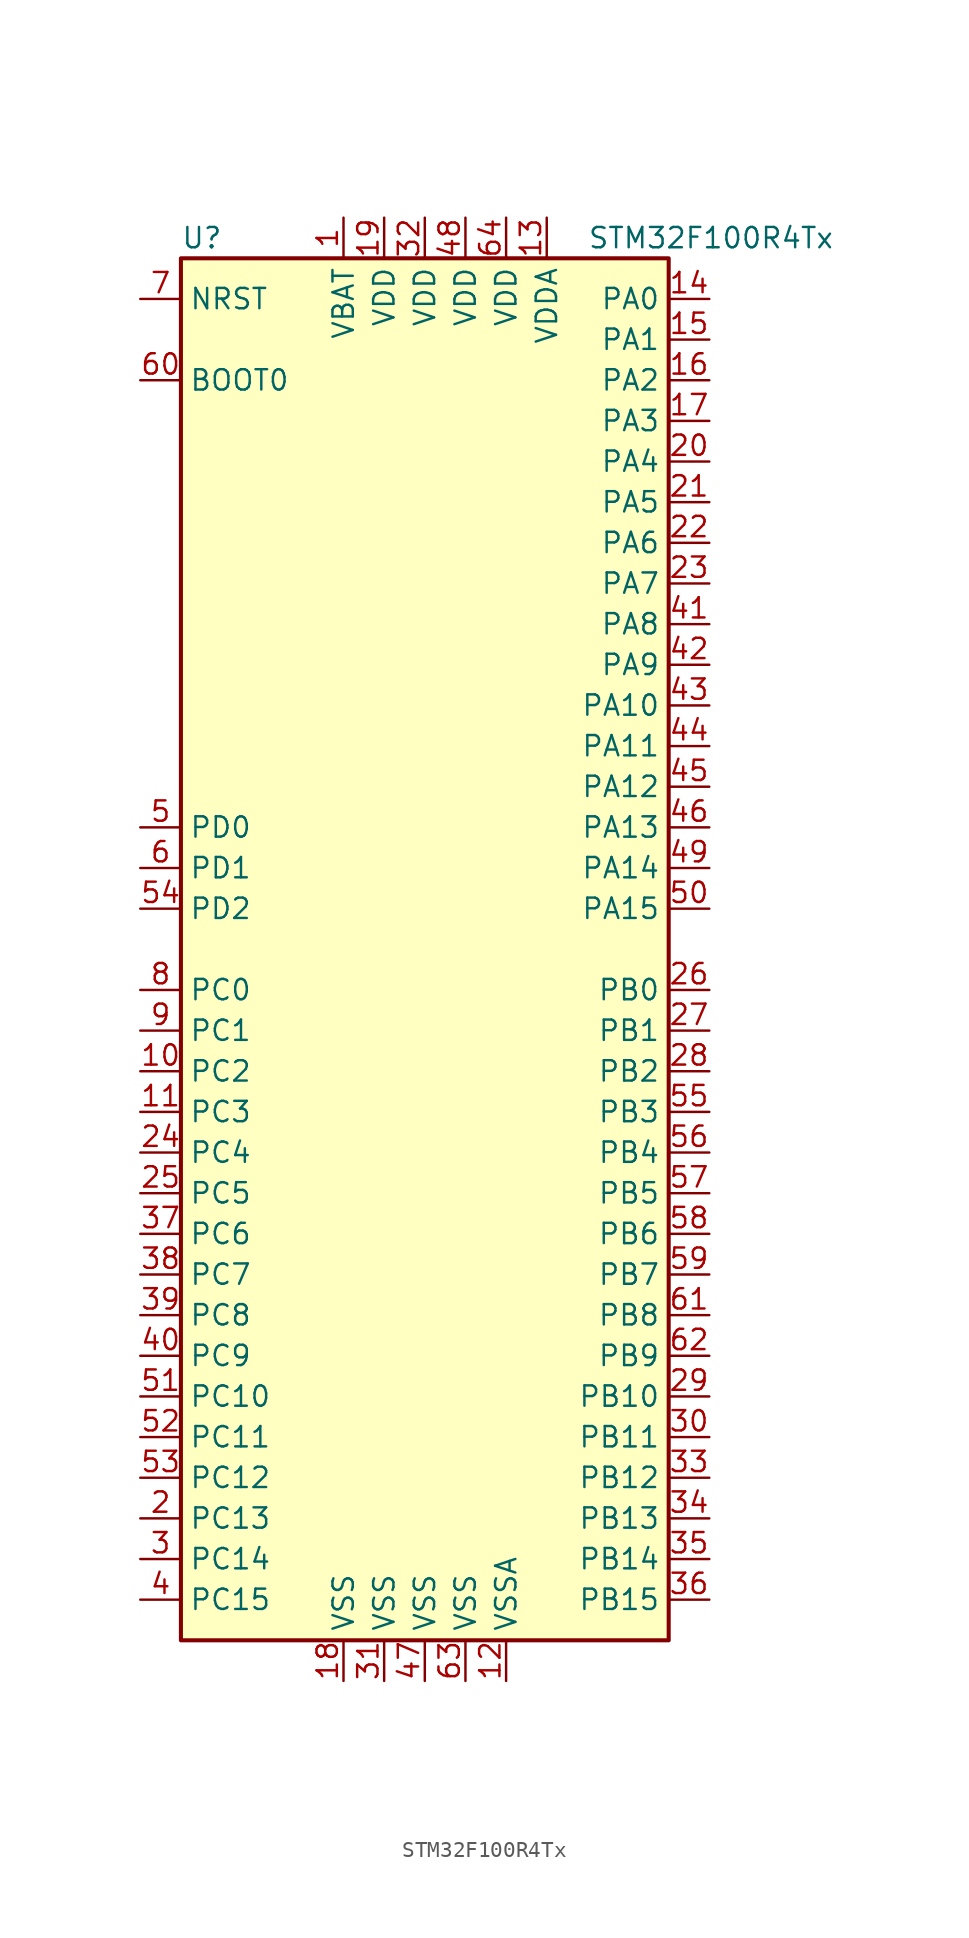
<source format=kicad_sym>
(kicad_symbol_lib
  (version 20201005)
  (generator kicad_symbol_editor)
  (symbol "STM32F100R4Tx"
    (property "Reference" "U"
      (at -15.24 44.45 0)
      (effects (font (size 1.27 1.27)) (justify left)))
    (property "Value" "STM32F100R4Tx"
      (at 10.16 44.45 0)
      (effects (font (size 1.27 1.27)) (justify left)))
    (symbol "STM32F100R4Tx_0_1"
      (rectangle (start -15.24 -43.18) (end 15.24 43.18) (stroke (width 0.254)) (fill (type background))))
    (symbol "STM32F100R4Tx_1_1"
      (pin power_in line (at -5.08 45.72 270) (length 2.54) (name "VBAT" (effects (font (size 1.27 1.27)))) (number "1" (effects (font (size 1.27 1.27)))))
      (pin bidirectional line (at -17.78 -7.62 0) (length 2.54) (name "PC2" (effects (font (size 1.27 1.27)))) (number "10" (effects (font (size 1.27 1.27)))))
      (pin bidirectional line (at -17.78 -10.16 0) (length 2.54) (name "PC3" (effects (font (size 1.27 1.27)))) (number "11" (effects (font (size 1.27 1.27)))))
      (pin power_in line (at 5.08 -45.72 90) (length 2.54) (name "VSSA" (effects (font (size 1.27 1.27)))) (number "12" (effects (font (size 1.27 1.27)))))
      (pin power_in line (at 7.62 45.72 270) (length 2.54) (name "VDDA" (effects (font (size 1.27 1.27)))) (number "13" (effects (font (size 1.27 1.27)))))
      (pin bidirectional line (at 17.78 40.64 180) (length 2.54) (name "PA0" (effects (font (size 1.27 1.27)))) (number "14" (effects (font (size 1.27 1.27)))))
      (pin bidirectional line (at 17.78 38.1 180) (length 2.54) (name "PA1" (effects (font (size 1.27 1.27)))) (number "15" (effects (font (size 1.27 1.27)))))
      (pin bidirectional line (at 17.78 35.56 180) (length 2.54) (name "PA2" (effects (font (size 1.27 1.27)))) (number "16" (effects (font (size 1.27 1.27)))))
      (pin bidirectional line (at 17.78 33.02 180) (length 2.54) (name "PA3" (effects (font (size 1.27 1.27)))) (number "17" (effects (font (size 1.27 1.27)))))
      (pin power_in line (at -5.08 -45.72 90) (length 2.54) (name "VSS" (effects (font (size 1.27 1.27)))) (number "18" (effects (font (size 1.27 1.27)))))
      (pin power_in line (at -2.54 45.72 270) (length 2.54) (name "VDD" (effects (font (size 1.27 1.27)))) (number "19" (effects (font (size 1.27 1.27)))))
      (pin bidirectional line (at -17.78 -35.56 0) (length 2.54) (name "PC13" (effects (font (size 1.27 1.27)))) (number "2" (effects (font (size 1.27 1.27)))))
      (pin bidirectional line (at 17.78 30.48 180) (length 2.54) (name "PA4" (effects (font (size 1.27 1.27)))) (number "20" (effects (font (size 1.27 1.27)))))
      (pin bidirectional line (at 17.78 27.94 180) (length 2.54) (name "PA5" (effects (font (size 1.27 1.27)))) (number "21" (effects (font (size 1.27 1.27)))))
      (pin bidirectional line (at 17.78 25.4 180) (length 2.54) (name "PA6" (effects (font (size 1.27 1.27)))) (number "22" (effects (font (size 1.27 1.27)))))
      (pin bidirectional line (at 17.78 22.86 180) (length 2.54) (name "PA7" (effects (font (size 1.27 1.27)))) (number "23" (effects (font (size 1.27 1.27)))))
      (pin bidirectional line (at -17.78 -12.7 0) (length 2.54) (name "PC4" (effects (font (size 1.27 1.27)))) (number "24" (effects (font (size 1.27 1.27)))))
      (pin bidirectional line (at -17.78 -15.24 0) (length 2.54) (name "PC5" (effects (font (size 1.27 1.27)))) (number "25" (effects (font (size 1.27 1.27)))))
      (pin bidirectional line (at 17.78 -2.54 180) (length 2.54) (name "PB0" (effects (font (size 1.27 1.27)))) (number "26" (effects (font (size 1.27 1.27)))))
      (pin bidirectional line (at 17.78 -5.08 180) (length 2.54) (name "PB1" (effects (font (size 1.27 1.27)))) (number "27" (effects (font (size 1.27 1.27)))))
      (pin bidirectional line (at 17.78 -7.62 180) (length 2.54) (name "PB2" (effects (font (size 1.27 1.27)))) (number "28" (effects (font (size 1.27 1.27)))))
      (pin bidirectional line (at 17.78 -27.94 180) (length 2.54) (name "PB10" (effects (font (size 1.27 1.27)))) (number "29" (effects (font (size 1.27 1.27)))))
      (pin bidirectional line (at -17.78 -38.1 0) (length 2.54) (name "PC14" (effects (font (size 1.27 1.27)))) (number "3" (effects (font (size 1.27 1.27)))))
      (pin bidirectional line (at 17.78 -30.48 180) (length 2.54) (name "PB11" (effects (font (size 1.27 1.27)))) (number "30" (effects (font (size 1.27 1.27)))))
      (pin power_in line (at -2.54 -45.72 90) (length 2.54) (name "VSS" (effects (font (size 1.27 1.27)))) (number "31" (effects (font (size 1.27 1.27)))))
      (pin power_in line (at 0 45.72 270) (length 2.54) (name "VDD" (effects (font (size 1.27 1.27)))) (number "32" (effects (font (size 1.27 1.27)))))
      (pin bidirectional line (at 17.78 -33.02 180) (length 2.54) (name "PB12" (effects (font (size 1.27 1.27)))) (number "33" (effects (font (size 1.27 1.27)))))
      (pin bidirectional line (at 17.78 -35.56 180) (length 2.54) (name "PB13" (effects (font (size 1.27 1.27)))) (number "34" (effects (font (size 1.27 1.27)))))
      (pin bidirectional line (at 17.78 -38.1 180) (length 2.54) (name "PB14" (effects (font (size 1.27 1.27)))) (number "35" (effects (font (size 1.27 1.27)))))
      (pin bidirectional line (at 17.78 -40.64 180) (length 2.54) (name "PB15" (effects (font (size 1.27 1.27)))) (number "36" (effects (font (size 1.27 1.27)))))
      (pin bidirectional line (at -17.78 -17.78 0) (length 2.54) (name "PC6" (effects (font (size 1.27 1.27)))) (number "37" (effects (font (size 1.27 1.27)))))
      (pin bidirectional line (at -17.78 -20.32 0) (length 2.54) (name "PC7" (effects (font (size 1.27 1.27)))) (number "38" (effects (font (size 1.27 1.27)))))
      (pin bidirectional line (at -17.78 -22.86 0) (length 2.54) (name "PC8" (effects (font (size 1.27 1.27)))) (number "39" (effects (font (size 1.27 1.27)))))
      (pin bidirectional line (at -17.78 -40.64 0) (length 2.54) (name "PC15" (effects (font (size 1.27 1.27)))) (number "4" (effects (font (size 1.27 1.27)))))
      (pin bidirectional line (at -17.78 -25.4 0) (length 2.54) (name "PC9" (effects (font (size 1.27 1.27)))) (number "40" (effects (font (size 1.27 1.27)))))
      (pin bidirectional line (at 17.78 20.32 180) (length 2.54) (name "PA8" (effects (font (size 1.27 1.27)))) (number "41" (effects (font (size 1.27 1.27)))))
      (pin bidirectional line (at 17.78 17.78 180) (length 2.54) (name "PA9" (effects (font (size 1.27 1.27)))) (number "42" (effects (font (size 1.27 1.27)))))
      (pin bidirectional line (at 17.78 15.24 180) (length 2.54) (name "PA10" (effects (font (size 1.27 1.27)))) (number "43" (effects (font (size 1.27 1.27)))))
      (pin bidirectional line (at 17.78 12.7 180) (length 2.54) (name "PA11" (effects (font (size 1.27 1.27)))) (number "44" (effects (font (size 1.27 1.27)))))
      (pin bidirectional line (at 17.78 10.16 180) (length 2.54) (name "PA12" (effects (font (size 1.27 1.27)))) (number "45" (effects (font (size 1.27 1.27)))))
      (pin bidirectional line (at 17.78 7.62 180) (length 2.54) (name "PA13" (effects (font (size 1.27 1.27)))) (number "46" (effects (font (size 1.27 1.27)))))
      (pin power_in line (at 0 -45.72 90) (length 2.54) (name "VSS" (effects (font (size 1.27 1.27)))) (number "47" (effects (font (size 1.27 1.27)))))
      (pin power_in line (at 2.54 45.72 270) (length 2.54) (name "VDD" (effects (font (size 1.27 1.27)))) (number "48" (effects (font (size 1.27 1.27)))))
      (pin bidirectional line (at 17.78 5.08 180) (length 2.54) (name "PA14" (effects (font (size 1.27 1.27)))) (number "49" (effects (font (size 1.27 1.27)))))
      (pin input line (at -17.78 7.62 0) (length 2.54) (name "PD0" (effects (font (size 1.27 1.27)))) (number "5" (effects (font (size 1.27 1.27)))))
      (pin bidirectional line (at 17.78 2.54 180) (length 2.54) (name "PA15" (effects (font (size 1.27 1.27)))) (number "50" (effects (font (size 1.27 1.27)))))
      (pin bidirectional line (at -17.78 -27.94 0) (length 2.54) (name "PC10" (effects (font (size 1.27 1.27)))) (number "51" (effects (font (size 1.27 1.27)))))
      (pin bidirectional line (at -17.78 -30.48 0) (length 2.54) (name "PC11" (effects (font (size 1.27 1.27)))) (number "52" (effects (font (size 1.27 1.27)))))
      (pin bidirectional line (at -17.78 -33.02 0) (length 2.54) (name "PC12" (effects (font (size 1.27 1.27)))) (number "53" (effects (font (size 1.27 1.27)))))
      (pin bidirectional line (at -17.78 2.54 0) (length 2.54) (name "PD2" (effects (font (size 1.27 1.27)))) (number "54" (effects (font (size 1.27 1.27)))))
      (pin bidirectional line (at 17.78 -10.16 180) (length 2.54) (name "PB3" (effects (font (size 1.27 1.27)))) (number "55" (effects (font (size 1.27 1.27)))))
      (pin bidirectional line (at 17.78 -12.7 180) (length 2.54) (name "PB4" (effects (font (size 1.27 1.27)))) (number "56" (effects (font (size 1.27 1.27)))))
      (pin bidirectional line (at 17.78 -15.24 180) (length 2.54) (name "PB5" (effects (font (size 1.27 1.27)))) (number "57" (effects (font (size 1.27 1.27)))))
      (pin bidirectional line (at 17.78 -17.78 180) (length 2.54) (name "PB6" (effects (font (size 1.27 1.27)))) (number "58" (effects (font (size 1.27 1.27)))))
      (pin bidirectional line (at 17.78 -20.32 180) (length 2.54) (name "PB7" (effects (font (size 1.27 1.27)))) (number "59" (effects (font (size 1.27 1.27)))))
      (pin input line (at -17.78 5.08 0) (length 2.54) (name "PD1" (effects (font (size 1.27 1.27)))) (number "6" (effects (font (size 1.27 1.27)))))
      (pin input line (at -17.78 35.56 0) (length 2.54) (name "BOOT0" (effects (font (size 1.27 1.27)))) (number "60" (effects (font (size 1.27 1.27)))))
      (pin bidirectional line (at 17.78 -22.86 180) (length 2.54) (name "PB8" (effects (font (size 1.27 1.27)))) (number "61" (effects (font (size 1.27 1.27)))))
      (pin bidirectional line (at 17.78 -25.4 180) (length 2.54) (name "PB9" (effects (font (size 1.27 1.27)))) (number "62" (effects (font (size 1.27 1.27)))))
      (pin power_in line (at 2.54 -45.72 90) (length 2.54) (name "VSS" (effects (font (size 1.27 1.27)))) (number "63" (effects (font (size 1.27 1.27)))))
      (pin power_in line (at 5.08 45.72 270) (length 2.54) (name "VDD" (effects (font (size 1.27 1.27)))) (number "64" (effects (font (size 1.27 1.27)))))
      (pin input line (at -17.78 40.64 0) (length 2.54) (name "NRST" (effects (font (size 1.27 1.27)))) (number "7" (effects (font (size 1.27 1.27)))))
      (pin bidirectional line (at -17.78 -2.54 0) (length 2.54) (name "PC0" (effects (font (size 1.27 1.27)))) (number "8" (effects (font (size 1.27 1.27)))))
      (pin bidirectional line (at -17.78 -5.08 0) (length 2.54) (name "PC1" (effects (font (size 1.27 1.27)))) (number "9" (effects (font (size 1.27 1.27))))))))
</source>
